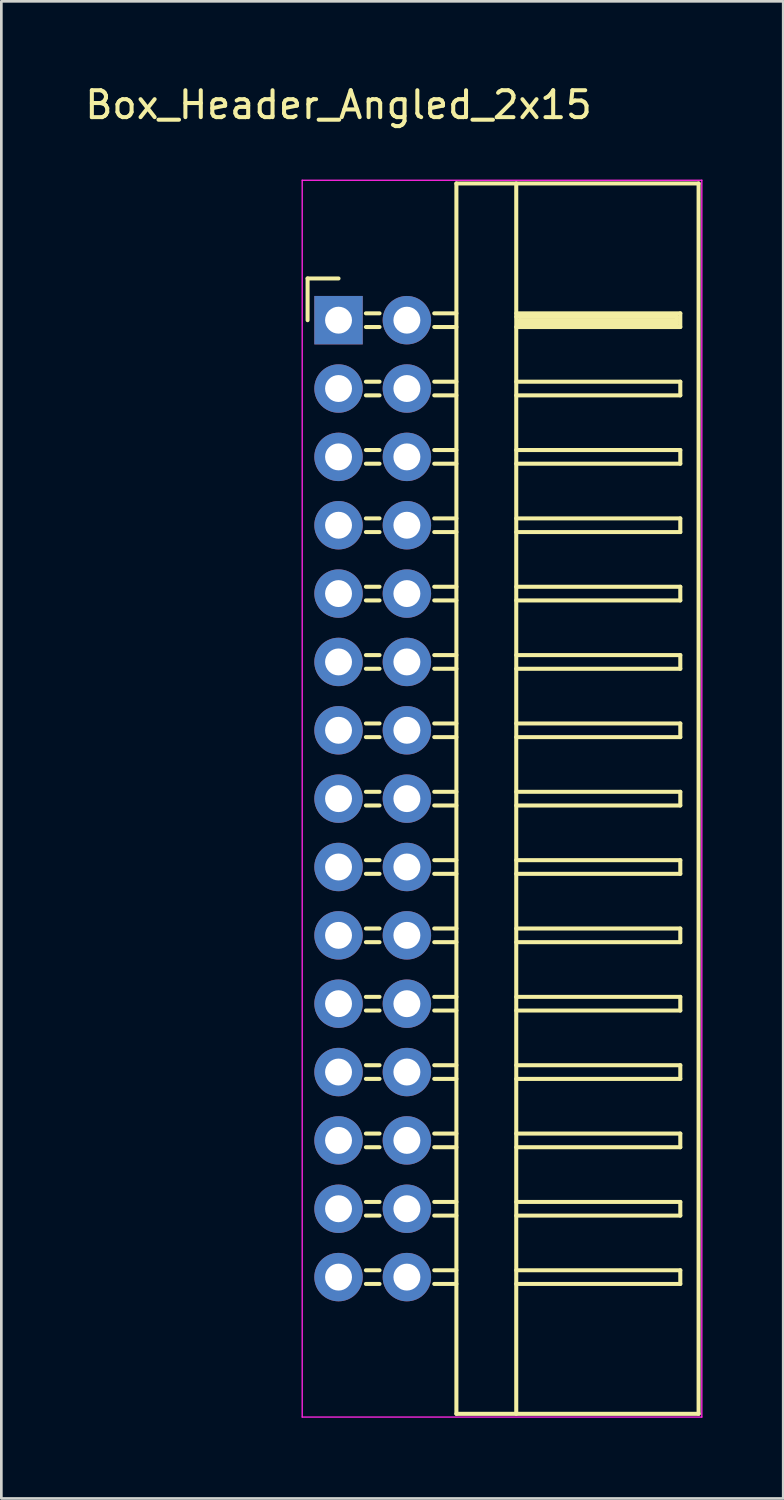
<source format=kicad_pcb>
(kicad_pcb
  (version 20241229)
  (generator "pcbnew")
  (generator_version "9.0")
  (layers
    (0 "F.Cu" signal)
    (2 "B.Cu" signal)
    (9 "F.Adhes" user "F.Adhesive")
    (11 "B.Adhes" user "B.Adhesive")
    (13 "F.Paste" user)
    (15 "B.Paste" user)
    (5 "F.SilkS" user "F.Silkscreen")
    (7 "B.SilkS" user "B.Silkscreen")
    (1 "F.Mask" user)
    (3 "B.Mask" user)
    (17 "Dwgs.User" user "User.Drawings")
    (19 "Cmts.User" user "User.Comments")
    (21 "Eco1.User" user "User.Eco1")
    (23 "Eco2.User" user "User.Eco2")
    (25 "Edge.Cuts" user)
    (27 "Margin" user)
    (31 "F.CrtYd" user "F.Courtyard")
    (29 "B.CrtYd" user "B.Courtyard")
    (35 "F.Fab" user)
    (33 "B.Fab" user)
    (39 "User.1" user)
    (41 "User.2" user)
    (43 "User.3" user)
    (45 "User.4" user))
  (footprint "Box_Header_Angled_2x15"
    (layer "F.Cu")
    (at 9.53 8.848)
    (property "Reference" "Box_Header_Angled_2x15" (at 0 -8 0) (layer "F.SilkS") (effects (font (size 1 1) (thickness 0.15))))
    (attr through_hole)
    (fp_line (start -1.15 -1.55) (end -1.15 0) (stroke (width 0.15) (type solid)) (layer "F.SilkS"))
    (fp_line (start 0 -1.55) (end -1.15 -1.55) (stroke (width 0.15) (type solid)) (layer "F.SilkS"))
    (fp_line (start 1.524 -0.254) (end 1.016 -0.254) (stroke (width 0.15) (type solid)) (layer "F.SilkS"))
    (fp_line (start 1.524 0.254) (end 1.016 0.254) (stroke (width 0.15) (type solid)) (layer "F.SilkS"))
    (fp_line (start 1.524 2.286) (end 1.016 2.286) (stroke (width 0.15) (type solid)) (layer "F.SilkS"))
    (fp_line (start 1.524 2.794) (end 1.016 2.794) (stroke (width 0.15) (type solid)) (layer "F.SilkS"))
    (fp_line (start 1.524 4.826) (end 1.016 4.826) (stroke (width 0.15) (type solid)) (layer "F.SilkS"))
    (fp_line (start 1.524 5.334) (end 1.016 5.334) (stroke (width 0.15) (type solid)) (layer "F.SilkS"))
    (fp_line (start 1.524 7.366) (end 1.016 7.366) (stroke (width 0.15) (type solid)) (layer "F.SilkS"))
    (fp_line (start 1.524 7.874) (end 1.016 7.874) (stroke (width 0.15) (type solid)) (layer "F.SilkS"))
    (fp_line (start 1.524 9.906) (end 1.016 9.906) (stroke (width 0.15) (type solid)) (layer "F.SilkS"))
    (fp_line (start 1.524 10.414) (end 1.016 10.414) (stroke (width 0.15) (type solid)) (layer "F.SilkS"))
    (fp_line (start 1.524 12.446) (end 1.016 12.446) (stroke (width 0.15) (type solid)) (layer "F.SilkS"))
    (fp_line (start 1.524 12.954) (end 1.016 12.954) (stroke (width 0.15) (type solid)) (layer "F.SilkS"))
    (fp_line (start 1.524 14.986) (end 1.016 14.986) (stroke (width 0.15) (type solid)) (layer "F.SilkS"))
    (fp_line (start 1.524 15.494) (end 1.016 15.494) (stroke (width 0.15) (type solid)) (layer "F.SilkS"))
    (fp_line (start 1.524 17.526) (end 1.016 17.526) (stroke (width 0.15) (type solid)) (layer "F.SilkS"))
    (fp_line (start 1.524 18.034) (end 1.016 18.034) (stroke (width 0.15) (type solid)) (layer "F.SilkS"))
    (fp_line (start 1.524 20.066) (end 1.016 20.066) (stroke (width 0.15) (type solid)) (layer "F.SilkS"))
    (fp_line (start 1.524 20.574) (end 1.016 20.574) (stroke (width 0.15) (type solid)) (layer "F.SilkS"))
    (fp_line (start 1.524 22.606) (end 1.016 22.606) (stroke (width 0.15) (type solid)) (layer "F.SilkS"))
    (fp_line (start 1.524 23.114) (end 1.016 23.114) (stroke (width 0.15) (type solid)) (layer "F.SilkS"))
    (fp_line (start 1.524 25.146) (end 1.016 25.146) (stroke (width 0.15) (type solid)) (layer "F.SilkS"))
    (fp_line (start 1.524 25.654) (end 1.016 25.654) (stroke (width 0.15) (type solid)) (layer "F.SilkS"))
    (fp_line (start 1.524 27.686) (end 1.016 27.686) (stroke (width 0.15) (type solid)) (layer "F.SilkS"))
    (fp_line (start 1.524 28.194) (end 1.016 28.194) (stroke (width 0.15) (type solid)) (layer "F.SilkS"))
    (fp_line (start 1.524 30.226) (end 1.016 30.226) (stroke (width 0.15) (type solid)) (layer "F.SilkS"))
    (fp_line (start 1.524 30.734) (end 1.016 30.734) (stroke (width 0.15) (type solid)) (layer "F.SilkS"))
    (fp_line (start 1.524 32.766) (end 1.016 32.766) (stroke (width 0.15) (type solid)) (layer "F.SilkS"))
    (fp_line (start 1.524 33.274) (end 1.016 33.274) (stroke (width 0.15) (type solid)) (layer "F.SilkS"))
    (fp_line (start 1.524 35.306) (end 1.016 35.306) (stroke (width 0.15) (type solid)) (layer "F.SilkS"))
    (fp_line (start 1.524 35.814) (end 1.016 35.814) (stroke (width 0.15) (type solid)) (layer "F.SilkS"))
    (fp_line (start 4.38 -5.08) (end 4.38 40.64) (stroke (width 0.15) (type solid)) (layer "F.SilkS"))
    (fp_line (start 4.38 -5.08) (end 13.38 -5.08) (stroke (width 0.15) (type solid)) (layer "F.SilkS"))
    (fp_line (start 4.38 -0.254) (end 3.556 -0.254) (stroke (width 0.15) (type solid)) (layer "F.SilkS"))
    (fp_line (start 4.38 0.254) (end 3.556 0.254) (stroke (width 0.15) (type solid)) (layer "F.SilkS"))
    (fp_line (start 4.38 2.286) (end 3.556 2.286) (stroke (width 0.15) (type solid)) (layer "F.SilkS"))
    (fp_line (start 4.38 2.794) (end 3.556 2.794) (stroke (width 0.15) (type solid)) (layer "F.SilkS"))
    (fp_line (start 4.38 4.826) (end 3.556 4.826) (stroke (width 0.15) (type solid)) (layer "F.SilkS"))
    (fp_line (start 4.38 5.334) (end 3.556 5.334) (stroke (width 0.15) (type solid)) (layer "F.SilkS"))
    (fp_line (start 4.38 7.366) (end 3.556 7.366) (stroke (width 0.15) (type solid)) (layer "F.SilkS"))
    (fp_line (start 4.38 7.874) (end 3.556 7.874) (stroke (width 0.15) (type solid)) (layer "F.SilkS"))
    (fp_line (start 4.38 9.906) (end 3.556 9.906) (stroke (width 0.15) (type solid)) (layer "F.SilkS"))
    (fp_line (start 4.38 10.414) (end 3.556 10.414) (stroke (width 0.15) (type solid)) (layer "F.SilkS"))
    (fp_line (start 4.38 12.446) (end 3.556 12.446) (stroke (width 0.15) (type solid)) (layer "F.SilkS"))
    (fp_line (start 4.38 12.954) (end 3.556 12.954) (stroke (width 0.15) (type solid)) (layer "F.SilkS"))
    (fp_line (start 4.38 14.986) (end 3.556 14.986) (stroke (width 0.15) (type solid)) (layer "F.SilkS"))
    (fp_line (start 4.38 15.494) (end 3.556 15.494) (stroke (width 0.15) (type solid)) (layer "F.SilkS"))
    (fp_line (start 4.38 17.526) (end 3.556 17.526) (stroke (width 0.15) (type solid)) (layer "F.SilkS"))
    (fp_line (start 4.38 18.034) (end 3.556 18.034) (stroke (width 0.15) (type solid)) (layer "F.SilkS"))
    (fp_line (start 4.38 20.066) (end 3.556 20.066) (stroke (width 0.15) (type solid)) (layer "F.SilkS"))
    (fp_line (start 4.38 20.574) (end 3.556 20.574) (stroke (width 0.15) (type solid)) (layer "F.SilkS"))
    (fp_line (start 4.38 22.606) (end 3.556 22.606) (stroke (width 0.15) (type solid)) (layer "F.SilkS"))
    (fp_line (start 4.38 23.114) (end 3.556 23.114) (stroke (width 0.15) (type solid)) (layer "F.SilkS"))
    (fp_line (start 4.38 25.146) (end 3.556 25.146) (stroke (width 0.15) (type solid)) (layer "F.SilkS"))
    (fp_line (start 4.38 25.654) (end 3.556 25.654) (stroke (width 0.15) (type solid)) (layer "F.SilkS"))
    (fp_line (start 4.38 27.686) (end 3.556 27.686) (stroke (width 0.15) (type solid)) (layer "F.SilkS"))
    (fp_line (start 4.38 28.194) (end 3.556 28.194) (stroke (width 0.15) (type solid)) (layer "F.SilkS"))
    (fp_line (start 4.38 30.226) (end 3.556 30.226) (stroke (width 0.15) (type solid)) (layer "F.SilkS"))
    (fp_line (start 4.38 30.734) (end 3.556 30.734) (stroke (width 0.15) (type solid)) (layer "F.SilkS"))
    (fp_line (start 4.38 32.766) (end 3.556 32.766) (stroke (width 0.15) (type solid)) (layer "F.SilkS"))
    (fp_line (start 4.38 33.274) (end 3.556 33.274) (stroke (width 0.15) (type solid)) (layer "F.SilkS"))
    (fp_line (start 4.38 35.306) (end 3.556 35.306) (stroke (width 0.15) (type solid)) (layer "F.SilkS"))
    (fp_line (start 4.38 35.814) (end 3.556 35.814) (stroke (width 0.15) (type solid)) (layer "F.SilkS"))
    (fp_line (start 4.38 40.64) (end 13.38 40.64) (stroke (width 0.15) (type solid)) (layer "F.SilkS"))
    (fp_line (start 6.604 -5.08) (end 6.604 40.64) (stroke (width 0.15) (type solid)) (layer "F.SilkS"))
    (fp_line (start 6.604 -0.254) (end 12.7 -0.254) (stroke (width 0.15) (type solid)) (layer "F.SilkS"))
    (fp_line (start 6.604 -0.127) (end 12.573 -0.127) (stroke (width 0.15) (type solid)) (layer "F.SilkS"))
    (fp_line (start 6.604 2.286) (end 12.7 2.286) (stroke (width 0.15) (type solid)) (layer "F.SilkS"))
    (fp_line (start 6.604 4.826) (end 12.7 4.826) (stroke (width 0.15) (type solid)) (layer "F.SilkS"))
    (fp_line (start 6.604 7.366) (end 12.7 7.366) (stroke (width 0.15) (type solid)) (layer "F.SilkS"))
    (fp_line (start 6.604 9.906) (end 12.7 9.906) (stroke (width 0.15) (type solid)) (layer "F.SilkS"))
    (fp_line (start 6.604 12.446) (end 12.7 12.446) (stroke (width 0.15) (type solid)) (layer "F.SilkS"))
    (fp_line (start 6.604 14.986) (end 12.7 14.986) (stroke (width 0.15) (type solid)) (layer "F.SilkS"))
    (fp_line (start 6.604 17.526) (end 12.7 17.526) (stroke (width 0.15) (type solid)) (layer "F.SilkS"))
    (fp_line (start 6.604 20.066) (end 12.7 20.066) (stroke (width 0.15) (type solid)) (layer "F.SilkS"))
    (fp_line (start 6.604 22.606) (end 12.7 22.606) (stroke (width 0.15) (type solid)) (layer "F.SilkS"))
    (fp_line (start 6.604 25.146) (end 12.7 25.146) (stroke (width 0.15) (type solid)) (layer "F.SilkS"))
    (fp_line (start 6.604 27.686) (end 12.7 27.686) (stroke (width 0.15) (type solid)) (layer "F.SilkS"))
    (fp_line (start 6.604 30.226) (end 12.7 30.226) (stroke (width 0.15) (type solid)) (layer "F.SilkS"))
    (fp_line (start 6.604 32.766) (end 12.7 32.766) (stroke (width 0.15) (type solid)) (layer "F.SilkS"))
    (fp_line (start 6.604 35.306) (end 12.7 35.306) (stroke (width 0.15) (type solid)) (layer "F.SilkS"))
    (fp_line (start 6.731 0) (end 12.573 0) (stroke (width 0.15) (type solid)) (layer "F.SilkS"))
    (fp_line (start 6.731 0.127) (end 6.731 0) (stroke (width 0.15) (type solid)) (layer "F.SilkS"))
    (fp_line (start 12.573 -0.127) (end 12.573 0.127) (stroke (width 0.15) (type solid)) (layer "F.SilkS"))
    (fp_line (start 12.573 0.127) (end 6.731 0.127) (stroke (width 0.15) (type solid)) (layer "F.SilkS"))
    (fp_line (start 12.7 -0.254) (end 12.7 0.254) (stroke (width 0.15) (type solid)) (layer "F.SilkS"))
    (fp_line (start 12.7 0.254) (end 6.604 0.254) (stroke (width 0.15) (type solid)) (layer "F.SilkS"))
    (fp_line (start 12.7 2.286) (end 12.7 2.794) (stroke (width 0.15) (type solid)) (layer "F.SilkS"))
    (fp_line (start 12.7 2.794) (end 6.604 2.794) (stroke (width 0.15) (type solid)) (layer "F.SilkS"))
    (fp_line (start 12.7 4.826) (end 12.7 5.334) (stroke (width 0.15) (type solid)) (layer "F.SilkS"))
    (fp_line (start 12.7 5.334) (end 6.604 5.334) (stroke (width 0.15) (type solid)) (layer "F.SilkS"))
    (fp_line (start 12.7 7.366) (end 12.7 7.874) (stroke (width 0.15) (type solid)) (layer "F.SilkS"))
    (fp_line (start 12.7 7.874) (end 6.604 7.874) (stroke (width 0.15) (type solid)) (layer "F.SilkS"))
    (fp_line (start 12.7 9.906) (end 12.7 10.414) (stroke (width 0.15) (type solid)) (layer "F.SilkS"))
    (fp_line (start 12.7 10.414) (end 6.604 10.414) (stroke (width 0.15) (type solid)) (layer "F.SilkS"))
    (fp_line (start 12.7 12.446) (end 12.7 12.954) (stroke (width 0.15) (type solid)) (layer "F.SilkS"))
    (fp_line (start 12.7 12.954) (end 6.604 12.954) (stroke (width 0.15) (type solid)) (layer "F.SilkS"))
    (fp_line (start 12.7 14.986) (end 12.7 15.494) (stroke (width 0.15) (type solid)) (layer "F.SilkS"))
    (fp_line (start 12.7 15.494) (end 6.604 15.494) (stroke (width 0.15) (type solid)) (layer "F.SilkS"))
    (fp_line (start 12.7 17.526) (end 12.7 18.034) (stroke (width 0.15) (type solid)) (layer "F.SilkS"))
    (fp_line (start 12.7 18.034) (end 6.604 18.034) (stroke (width 0.15) (type solid)) (layer "F.SilkS"))
    (fp_line (start 12.7 20.066) (end 12.7 20.574) (stroke (width 0.15) (type solid)) (layer "F.SilkS"))
    (fp_line (start 12.7 20.574) (end 6.604 20.574) (stroke (width 0.15) (type solid)) (layer "F.SilkS"))
    (fp_line (start 12.7 22.606) (end 12.7 23.114) (stroke (width 0.15) (type solid)) (layer "F.SilkS"))
    (fp_line (start 12.7 23.114) (end 6.604 23.114) (stroke (width 0.15) (type solid)) (layer "F.SilkS"))
    (fp_line (start 12.7 25.146) (end 12.7 25.654) (stroke (width 0.15) (type solid)) (layer "F.SilkS"))
    (fp_line (start 12.7 25.654) (end 6.604 25.654) (stroke (width 0.15) (type solid)) (layer "F.SilkS"))
    (fp_line (start 12.7 27.686) (end 12.7 28.194) (stroke (width 0.15) (type solid)) (layer "F.SilkS"))
    (fp_line (start 12.7 28.194) (end 6.604 28.194) (stroke (width 0.15) (type solid)) (layer "F.SilkS"))
    (fp_line (start 12.7 30.226) (end 12.7 30.734) (stroke (width 0.15) (type solid)) (layer "F.SilkS"))
    (fp_line (start 12.7 30.734) (end 6.604 30.734) (stroke (width 0.15) (type solid)) (layer "F.SilkS"))
    (fp_line (start 12.7 32.766) (end 12.7 33.274) (stroke (width 0.15) (type solid)) (layer "F.SilkS"))
    (fp_line (start 12.7 33.274) (end 6.604 33.274) (stroke (width 0.15) (type solid)) (layer "F.SilkS"))
    (fp_line (start 12.7 35.306) (end 12.7 35.814) (stroke (width 0.15) (type solid)) (layer "F.SilkS"))
    (fp_line (start 12.7 35.814) (end 6.604 35.814) (stroke (width 0.15) (type solid)) (layer "F.SilkS"))
    (fp_line (start 13.38 -5.08) (end 13.38 40.64) (stroke (width 0.15) (type solid)) (layer "F.SilkS"))
    (fp_line (start -1.35 -5.2) (end -1.35 40.76) (stroke (width 0.05) (type solid)) (layer "F.CrtYd"))
    (fp_line (start -1.35 -5.2) (end 13.5 -5.2) (stroke (width 0.05) (type solid)) (layer "F.CrtYd"))
    (fp_line (start -1.35 40.76) (end 13.5 40.76) (stroke (width 0.05) (type solid)) (layer "F.CrtYd"))
    (fp_line (start 13.5 -5.2) (end 13.5 40.76) (stroke (width 0.05) (type solid)) (layer "F.CrtYd"))
    (pad "1" thru_hole rect (at 0 0) (size 1.8 1.8) (drill 1) (layers "*.Cu" "*.Mask"))
    (pad "2" thru_hole oval (at 2.54 0) (size 1.8 1.8) (drill 1) (layers "*.Cu" "*.Mask"))
    (pad "3" thru_hole oval (at 0 2.54) (size 1.8 1.8) (drill 1) (layers "*.Cu" "*.Mask"))
    (pad "4" thru_hole oval (at 2.54 2.54) (size 1.8 1.8) (drill 1) (layers "*.Cu" "*.Mask"))
    (pad "5" thru_hole oval (at 0 5.08) (size 1.8 1.8) (drill 1) (layers "*.Cu" "*.Mask"))
    (pad "6" thru_hole oval (at 2.54 5.08) (size 1.8 1.8) (drill 1) (layers "*.Cu" "*.Mask"))
    (pad "7" thru_hole oval (at 0 7.62) (size 1.8 1.8) (drill 1) (layers "*.Cu" "*.Mask"))
    (pad "8" thru_hole oval (at 2.54 7.62) (size 1.8 1.8) (drill 1) (layers "*.Cu" "*.Mask"))
    (pad "9" thru_hole oval (at 0 10.16) (size 1.8 1.8) (drill 1) (layers "*.Cu" "*.Mask"))
    (pad "10" thru_hole oval (at 2.54 10.16) (size 1.8 1.8) (drill 1) (layers "*.Cu" "*.Mask"))
    (pad "11" thru_hole oval (at 0 12.7) (size 1.8 1.8) (drill 1) (layers "*.Cu" "*.Mask"))
    (pad "12" thru_hole oval (at 2.54 12.7) (size 1.8 1.8) (drill 1) (layers "*.Cu" "*.Mask"))
    (pad "13" thru_hole oval (at 0 15.24) (size 1.8 1.8) (drill 1) (layers "*.Cu" "*.Mask"))
    (pad "14" thru_hole oval (at 2.54 15.24) (size 1.8 1.8) (drill 1) (layers "*.Cu" "*.Mask"))
    (pad "15" thru_hole oval (at 0 17.78) (size 1.8 1.8) (drill 1) (layers "*.Cu" "*.Mask"))
    (pad "16" thru_hole oval (at 2.54 17.78) (size 1.8 1.8) (drill 1) (layers "*.Cu" "*.Mask"))
    (pad "17" thru_hole oval (at 0 20.32) (size 1.8 1.8) (drill 1) (layers "*.Cu" "*.Mask"))
    (pad "18" thru_hole oval (at 2.54 20.32) (size 1.8 1.8) (drill 1) (layers "*.Cu" "*.Mask"))
    (pad "19" thru_hole oval (at 0 22.86) (size 1.8 1.8) (drill 1) (layers "*.Cu" "*.Mask"))
    (pad "20" thru_hole oval (at 2.54 22.86) (size 1.8 1.8) (drill 1) (layers "*.Cu" "*.Mask"))
    (pad "21" thru_hole oval (at 0 25.4) (size 1.8 1.8) (drill 1) (layers "*.Cu" "*.Mask"))
    (pad "22" thru_hole oval (at 2.54 25.4) (size 1.8 1.8) (drill 1) (layers "*.Cu" "*.Mask"))
    (pad "23" thru_hole oval (at 0 27.94) (size 1.8 1.8) (drill 1) (layers "*.Cu" "*.Mask"))
    (pad "24" thru_hole oval (at 2.54 27.94) (size 1.8 1.8) (drill 1) (layers "*.Cu" "*.Mask"))
    (pad "25" thru_hole oval (at 0 30.48) (size 1.8 1.8) (drill 1) (layers "*.Cu" "*.Mask"))
    (pad "26" thru_hole oval (at 2.54 30.48) (size 1.8 1.8) (drill 1) (layers "*.Cu" "*.Mask"))
    (pad "27" thru_hole oval (at 0 33.02) (size 1.8 1.8) (drill 1) (layers "*.Cu" "*.Mask"))
    (pad "28" thru_hole oval (at 2.54 33.02) (size 1.8 1.8) (drill 1) (layers "*.Cu" "*.Mask"))
    (pad "29" thru_hole oval (at 0 35.56) (size 1.8 1.8) (drill 1) (layers "*.Cu" "*.Mask"))
    (pad "30" thru_hole oval (at 2.54 35.56) (size 1.8 1.8) (drill 1) (layers "*.Cu" "*.Mask")))
  (gr_rect
    (start -3 -3)
    (end 26.055 52.633)
    (stroke (width 0.1) (type default))
    (fill no)
    (layer "Edge.Cuts")))
</source>
